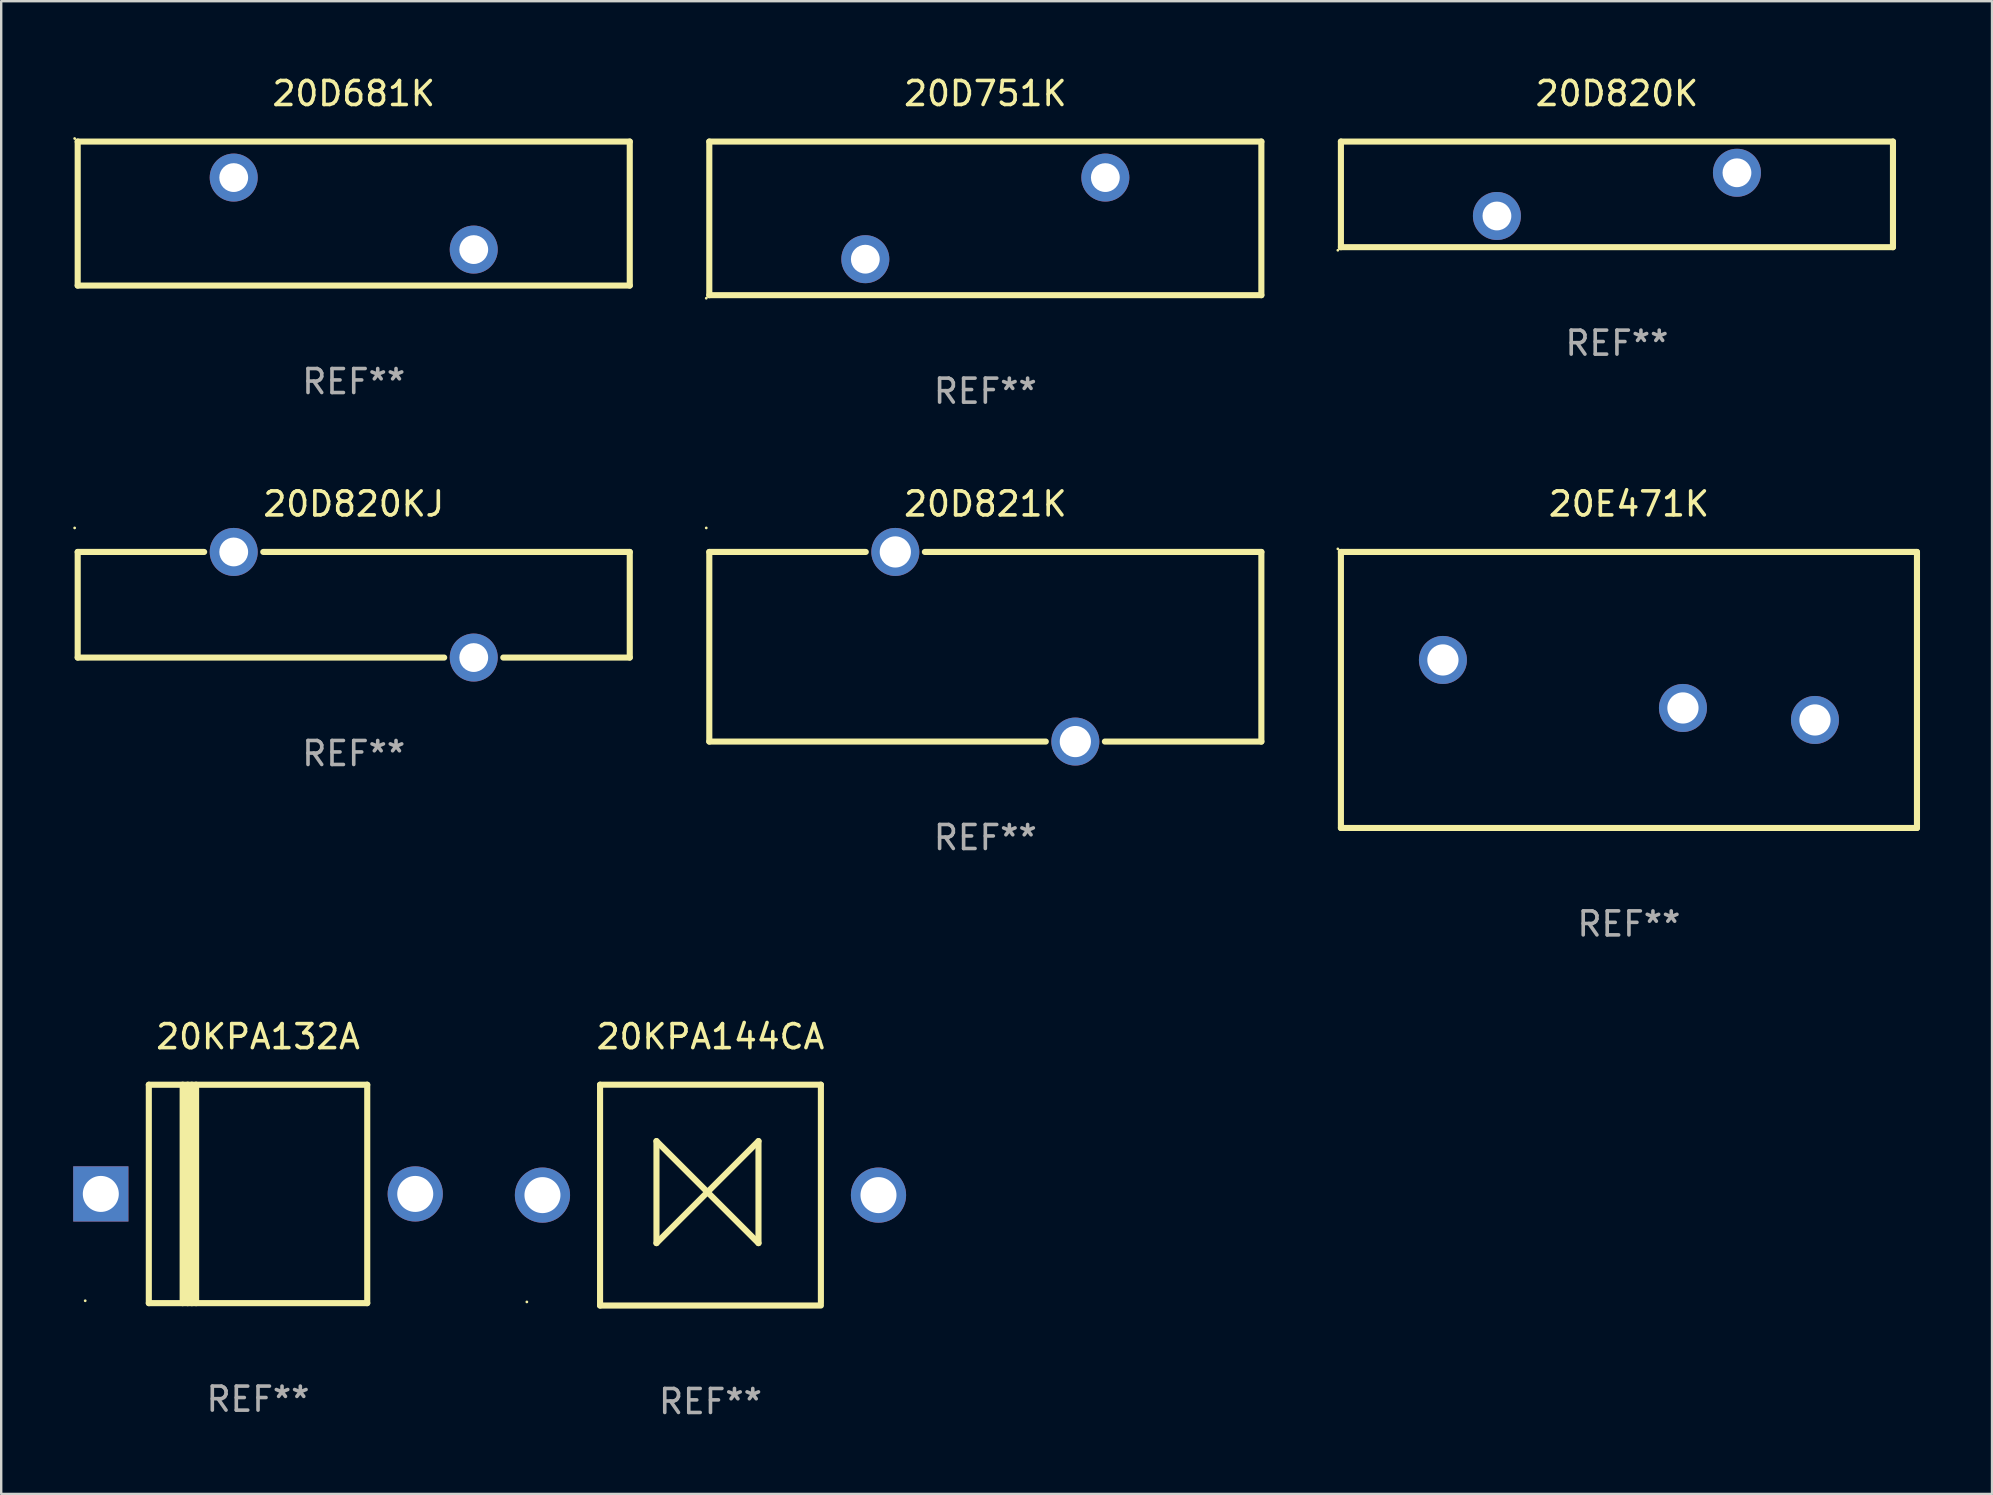
<source format=kicad_pcb>
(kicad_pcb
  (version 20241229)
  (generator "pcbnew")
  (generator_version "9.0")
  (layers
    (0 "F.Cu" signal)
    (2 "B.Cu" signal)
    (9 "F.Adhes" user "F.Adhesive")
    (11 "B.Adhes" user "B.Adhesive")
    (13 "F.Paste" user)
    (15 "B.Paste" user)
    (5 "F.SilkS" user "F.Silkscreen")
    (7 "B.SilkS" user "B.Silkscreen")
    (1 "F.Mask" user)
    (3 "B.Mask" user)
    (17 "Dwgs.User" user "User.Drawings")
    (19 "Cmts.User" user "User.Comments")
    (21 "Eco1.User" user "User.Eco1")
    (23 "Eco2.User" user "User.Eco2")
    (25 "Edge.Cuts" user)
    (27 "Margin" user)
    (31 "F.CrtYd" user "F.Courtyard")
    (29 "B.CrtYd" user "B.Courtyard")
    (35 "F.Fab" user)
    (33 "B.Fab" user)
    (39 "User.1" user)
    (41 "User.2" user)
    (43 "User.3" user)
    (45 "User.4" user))
  (footprint "20D681K"
    (layer "F.Cu")
    (at 11.687 5.848)
    (property "Reference" "20D681K" (at 0 -5 0) (layer "F.SilkS") (effects (font (size 1 1) (thickness 0.15))))
    (attr through_hole)
    (fp_line (start -11.5 -3) (end 11.5 -3) (stroke (width 0.254) (type solid)) (layer "F.SilkS"))
    (fp_line (start -11.5 3) (end -11.5 -3) (stroke (width 0.254) (type solid)) (layer "F.SilkS"))
    (fp_line (start 11.5 -3) (end 11.5 3) (stroke (width 0.254) (type solid)) (layer "F.SilkS"))
    (fp_line (start 11.5 3) (end -11.5 3) (stroke (width 0.254) (type solid)) (layer "F.SilkS"))
    (fp_circle (center -11.627 -3.127) (end -11.597 -3.127) (stroke (width 0.06) (type solid)) (fill no) (layer "F.SilkS"))
    (fp_text user "REF**" (at 0 7 0) (layer "F.Fab") (effects (font (size 1 1) (thickness 0.15))))
    (pad "1" thru_hole circle (at -5 -1.5) (size 2 2) (drill 1.2) (layers "*.Cu" "*.Mask"))
    (pad "2" thru_hole circle (at 5 1.5) (size 2 2) (drill 1.2) (layers "*.Cu" "*.Mask")))
  (footprint "20D820K"
    (layer "F.Cu")
    (at 64.315 5.048)
    (property "Reference" "20D820K" (at 0 -4.2 0) (layer "F.SilkS") (effects (font (size 1 1) (thickness 0.15))))
    (attr through_hole)
    (fp_line (start -11.5 -2.2) (end -11.5 2.2) (stroke (width 0.254) (type solid)) (layer "F.SilkS"))
    (fp_line (start -11.5 2.2) (end 11.5 2.2) (stroke (width 0.254) (type solid)) (layer "F.SilkS"))
    (fp_line (start 11.5 2.2) (end 11.5 -2.2) (stroke (width 0.254) (type solid)) (layer "F.SilkS"))
    (fp_line (start 11.5 -2.2) (end -11.5 -2.2) (stroke (width 0.254) (type solid)) (layer "F.SilkS"))
    (fp_circle (center -11.627 2.327) (end -11.597 2.327) (stroke (width 0.06) (type solid)) (fill no) (layer "F.SilkS"))
    (fp_text user "REF**" (at 0 6.2 0) (layer "F.Fab") (effects (font (size 1 1) (thickness 0.15))))
    (pad "1" thru_hole circle (at -5 0.9) (size 2 2) (drill 1.2) (layers "*.Cu" "*.Mask"))
    (pad "2" thru_hole circle (at 5 -0.9) (size 2 2) (drill 1.2) (layers "*.Cu" "*.Mask")))
  (footprint "20KPA144CA"
    (layer "F.Cu")
    (at 26.55 46.741)
    (property "Reference" "20KPA144CA" (at 0 -6.6 0) (layer "F.SilkS") (effects (font (size 1 1) (thickness 0.15))))
    (attr through_hole)
    (fp_line (start -4.6 -4.6) (end -4.6 4.6) (stroke (width 0.254) (type solid)) (layer "F.SilkS"))
    (fp_line (start -4.6 -4.6) (end 4.6 -4.6) (stroke (width 0.254) (type solid)) (layer "F.SilkS"))
    (fp_line (start -4.6 4.6) (end 4.6 4.6) (stroke (width 0.254) (type solid)) (layer "F.SilkS"))
    (fp_line (start -2.25 -2.25) (end -2.25 2) (stroke (width 0.254) (type solid)) (layer "F.SilkS"))
    (fp_line (start -2.25 2) (end 2 -2.25) (stroke (width 0.254) (type solid)) (layer "F.SilkS"))
    (fp_line (start 2 -2.25) (end 2 2) (stroke (width 0.254) (type solid)) (layer "F.SilkS"))
    (fp_line (start 2 2) (end -2.25 -2.25) (stroke (width 0.254) (type solid)) (layer "F.SilkS"))
    (fp_line (start 4.6 -4.6) (end 4.6 4.5) (stroke (width 0.254) (type solid)) (layer "F.SilkS"))
    (fp_circle (center -7.65 4.45) (end -7.62 4.45) (stroke (width 0.06) (type solid)) (fill no) (layer "F.SilkS"))
    (fp_text user "REF**" (at 0 8.6 0) (layer "F.Fab") (effects (font (size 1 1) (thickness 0.15))))
    (pad "1" thru_hole circle (at -7 0) (size 2.3 2.3) (drill 1.5) (layers "*.Cu" "*.Mask"))
    (pad "2" thru_hole circle (at 7 0) (size 2.3 2.3) (drill 1.5) (layers "*.Cu" "*.Mask")))
  (footprint "20E471K"
    (layer "F.Cu")
    (at 64.815 25.695)
    (property "Reference" "20E471K" (at 0 -7.75 0) (layer "F.SilkS") (effects (font (size 1 1) (thickness 0.15))))
    (attr through_hole)
    (fp_line (start -12 -5.75) (end 12 -5.75) (stroke (width 0.254) (type solid)) (layer "F.SilkS"))
    (fp_line (start -12 5.75) (end -12 -5.75) (stroke (width 0.254) (type solid)) (layer "F.SilkS"))
    (fp_line (start -12 5.75) (end 12 5.75) (stroke (width 0.254) (type solid)) (layer "F.SilkS"))
    (fp_line (start 12 -5.75) (end 12 5.75) (stroke (width 0.254) (type solid)) (layer "F.SilkS"))
    (fp_circle (center -12.127 -5.877) (end -12.097 -5.877) (stroke (width 0.06) (type solid)) (fill no) (layer "F.SilkS"))
    (fp_text user "REF**" (at 0 9.75 0) (layer "F.Fab") (effects (font (size 1 1) (thickness 0.15))))
    (pad "1" thru_hole circle (at -7.75 -1.25) (size 2 2) (drill 1.3) (layers "*.Cu" "*.Mask"))
    (pad "2" thru_hole circle (at 2.25 0.75) (size 2 2) (drill 1.3) (layers "*.Cu" "*.Mask"))
    (pad "3" thru_hole circle (at 7.75 1.25) (size 2 2) (drill 1.3) (layers "*.Cu" "*.Mask")))
  (footprint "20D751K"
    (layer "F.Cu")
    (at 38.001 6.048)
    (property "Reference" "20D751K" (at 0 -5.2 0) (layer "F.SilkS") (effects (font (size 1 1) (thickness 0.15))))
    (attr through_hole)
    (fp_line (start -11.5 -3.2) (end -11.5 3.2) (stroke (width 0.254) (type solid)) (layer "F.SilkS"))
    (fp_line (start -11.5 3.2) (end 11.5 3.2) (stroke (width 0.254) (type solid)) (layer "F.SilkS"))
    (fp_line (start 11.5 -3.2) (end -11.5 -3.2) (stroke (width 0.254) (type solid)) (layer "F.SilkS"))
    (fp_line (start 11.5 3.2) (end 11.5 -3.2) (stroke (width 0.254) (type solid)) (layer "F.SilkS"))
    (fp_circle (center -11.627 3.327) (end -11.597 3.327) (stroke (width 0.06) (type solid)) (fill no) (layer "F.SilkS"))
    (fp_text user "REF**" (at 0 7.2 0) (layer "F.Fab") (effects (font (size 1 1) (thickness 0.15))))
    (pad "1" thru_hole circle (at -5 1.7) (size 2 2) (drill 1.2) (layers "*.Cu" "*.Mask"))
    (pad "2" thru_hole circle (at 5 -1.7) (size 2 2) (drill 1.2) (layers "*.Cu" "*.Mask")))
  (footprint "20D820KJ"
    (layer "F.Cu")
    (at 11.687 22.145)
    (property "Reference" "20D820KJ" (at 0 -4.2 0) (layer "F.SilkS") (effects (font (size 1 1) (thickness 0.15))))
    (attr through_hole)
    (fp_line (start -11.5 -2.2) (end -11.5 2.2) (stroke (width 0.254) (type solid)) (layer "F.SilkS"))
    (fp_line (start -11.5 -2.2) (end -6.231 -2.2) (stroke (width 0.254) (type solid)) (layer "F.SilkS"))
    (fp_line (start -11.5 2.2) (end 3.769 2.2) (stroke (width 0.254) (type solid)) (layer "F.SilkS"))
    (fp_line (start -3.769 -2.2) (end 11.5 -2.2) (stroke (width 0.254) (type solid)) (layer "F.SilkS"))
    (fp_line (start 6.231 2.2) (end 11.5 2.2) (stroke (width 0.254) (type solid)) (layer "F.SilkS"))
    (fp_line (start 11.5 -2.2) (end 11.5 2.2) (stroke (width 0.254) (type solid)) (layer "F.SilkS"))
    (fp_circle (center -11.627 -3.2) (end -11.597 -3.2) (stroke (width 0.06) (type solid)) (fill no) (layer "F.SilkS"))
    (fp_text user "REF**" (at 0 6.2 0) (layer "F.Fab") (effects (font (size 1 1) (thickness 0.15))))
    (pad "1" thru_hole circle (at -5 -2.2) (size 2 2) (drill 1.2) (layers "*.Cu" "*.Mask"))
    (pad "2" thru_hole circle (at 5 2.2) (size 2 2) (drill 1.2) (layers "*.Cu" "*.Mask")))
  (footprint "20KPA132A"
    (layer "F.Cu")
    (at 7.7 46.692)
    (property "Reference" "20KPA132A" (at 0 -6.551 0) (layer "F.SilkS") (effects (font (size 1 1) (thickness 0.15))))
    (attr through_hole)
    (fp_line (start -4.55 -4.55) (end -4.55 4.55) (stroke (width 0.254) (type solid)) (layer "F.SilkS"))
    (fp_line (start -4.55 -4.55) (end 4.55 -4.55) (stroke (width 0.254) (type solid)) (layer "F.SilkS"))
    (fp_line (start -3.14 4.55) (end -3.14 -4.551) (stroke (width 0.254) (type solid)) (layer "F.SilkS"))
    (fp_line (start -2.93 4.55) (end -2.93 -4.551) (stroke (width 0.254) (type solid)) (layer "F.SilkS"))
    (fp_line (start -2.759 4.551) (end -2.759 -4.55) (stroke (width 0.254) (type solid)) (layer "F.SilkS"))
    (fp_line (start -2.58 4.55) (end -2.58 -4.551) (stroke (width 0.254) (type solid)) (layer "F.SilkS"))
    (fp_line (start 4.55 4.55) (end 4.55 -4.55) (stroke (width 0.254) (type solid)) (layer "F.SilkS"))
    (fp_line (start 4.55 4.549) (end -4.55 4.549) (stroke (width 0.254) (type solid)) (layer "F.SilkS"))
    (fp_circle (center -7.2 4.45) (end -7.17 4.45) (stroke (width 0.06) (type solid)) (fill no) (layer "F.SilkS"))
    (fp_text user "REF**" (at 0 8.551 0) (layer "F.Fab") (effects (font (size 1 1) (thickness 0.15))))
    (pad "1" thru_hole rect (at -6.55 -0.000483 180) (size 2.3 2.3) (drill 1.5) (layers "*.Cu" "*.Mask"))
    (pad "2" thru_hole circle (at 6.55 -0.000483) (size 2.3 2.3) (drill 1.5) (layers "*.Cu" "*.Mask")))
  (footprint "20D821K"
    (layer "F.Cu")
    (at 38.001 23.895)
    (property "Reference" "20D821K" (at 0 -5.95 0) (layer "F.SilkS") (effects (font (size 1 1) (thickness 0.15))))
    (attr through_hole)
    (fp_line (start -11.5 -3.95) (end -4.981 -3.95) (stroke (width 0.254) (type solid)) (layer "F.SilkS"))
    (fp_line (start -11.5 3.95) (end -11.5 -3.95) (stroke (width 0.254) (type solid)) (layer "F.SilkS"))
    (fp_line (start -2.519 -3.95) (end 11.5 -3.95) (stroke (width 0.254) (type solid)) (layer "F.SilkS"))
    (fp_line (start 2.519 3.95) (end -11.5 3.95) (stroke (width 0.254) (type solid)) (layer "F.SilkS"))
    (fp_line (start 11.5 -3.95) (end 11.5 3.95) (stroke (width 0.254) (type solid)) (layer "F.SilkS"))
    (fp_line (start 11.5 3.95) (end 4.981 3.95) (stroke (width 0.254) (type solid)) (layer "F.SilkS"))
    (fp_circle (center -11.627 -4.95) (end -11.597 -4.95) (stroke (width 0.06) (type solid)) (fill no) (layer "F.SilkS"))
    (fp_text user "REF**" (at 0 7.95 0) (layer "F.Fab") (effects (font (size 1 1) (thickness 0.15))))
    (pad "1" thru_hole circle (at -3.75 -3.95) (size 2 2) (drill 1.3) (layers "*.Cu" "*.Mask"))
    (pad "2" thru_hole circle (at 3.75 3.95) (size 2 2) (drill 1.3) (layers "*.Cu" "*.Mask")))
  (gr_rect
    (start -3 -3)
    (end 79.942 59.19)
    (stroke (width 0.1) (type default))
    (fill no)
    (layer "Edge.Cuts")))
</source>
